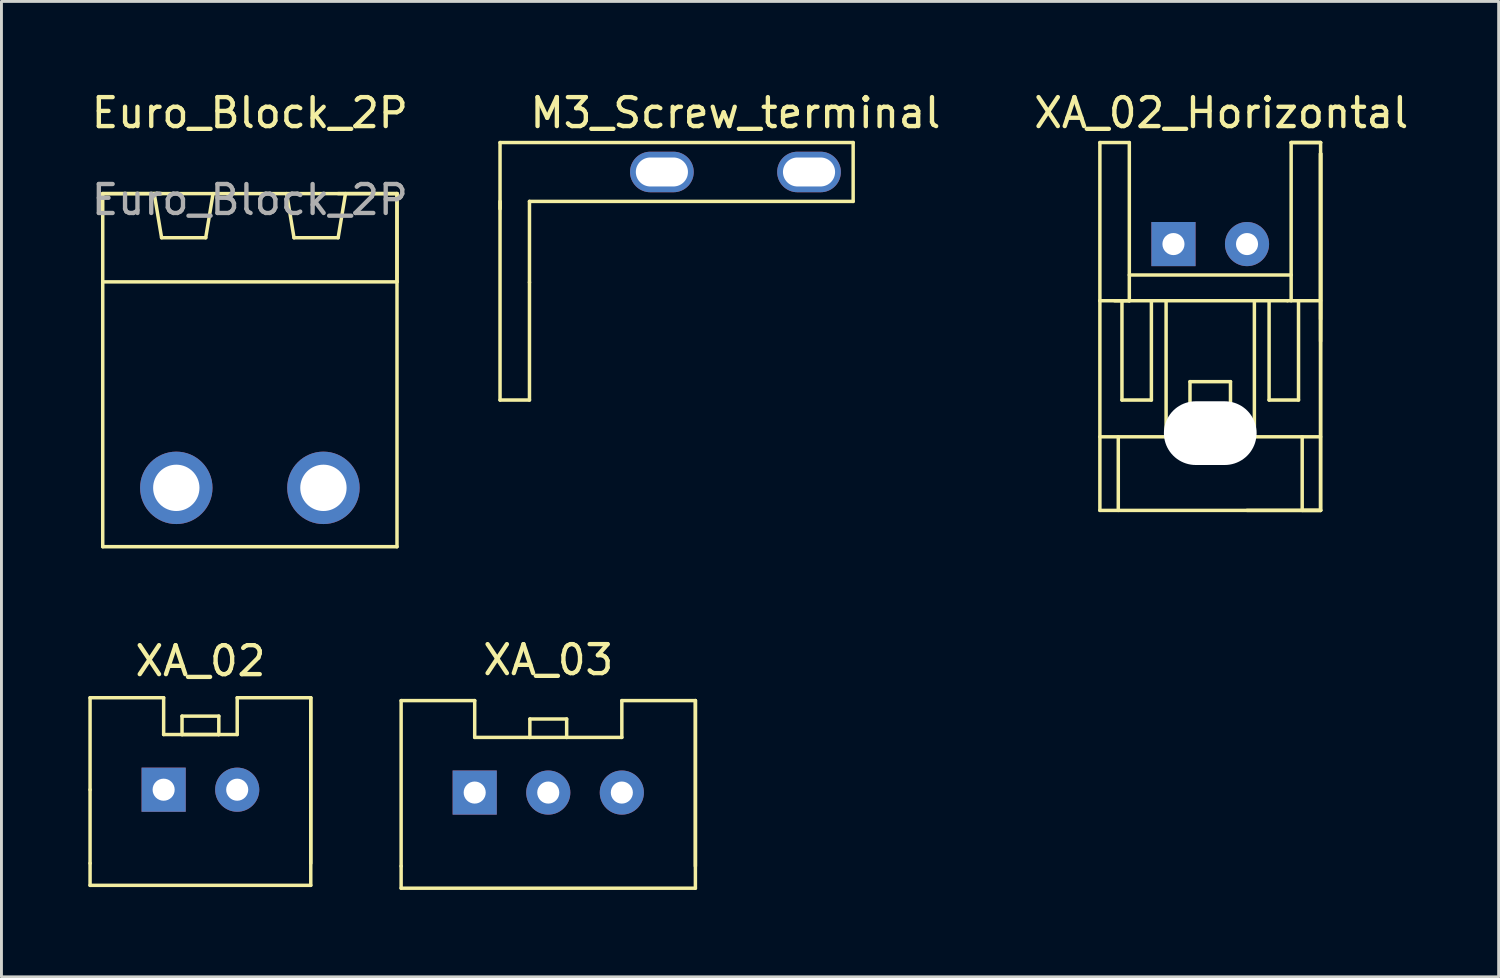
<source format=kicad_pcb>
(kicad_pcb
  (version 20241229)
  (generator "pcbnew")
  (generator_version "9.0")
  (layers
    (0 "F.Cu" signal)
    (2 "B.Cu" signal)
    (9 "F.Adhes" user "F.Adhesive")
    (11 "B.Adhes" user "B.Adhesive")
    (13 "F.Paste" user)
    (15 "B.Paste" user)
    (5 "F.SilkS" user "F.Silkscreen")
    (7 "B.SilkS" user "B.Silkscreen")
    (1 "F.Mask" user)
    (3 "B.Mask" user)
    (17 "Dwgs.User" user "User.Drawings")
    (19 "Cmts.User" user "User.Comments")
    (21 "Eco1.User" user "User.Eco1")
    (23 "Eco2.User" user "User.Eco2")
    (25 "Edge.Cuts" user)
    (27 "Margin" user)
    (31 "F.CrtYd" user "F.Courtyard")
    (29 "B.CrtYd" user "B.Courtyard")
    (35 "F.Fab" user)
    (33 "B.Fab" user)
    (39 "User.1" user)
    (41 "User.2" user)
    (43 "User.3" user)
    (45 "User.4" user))
  (footprint "XA_02_Horizontal"
    (layer "F.Cu")
    (at 38.736 0.348)
    (property "Reference" "XA_02_Horizontal" (at 0.381 0.5 0) (layer "F.SilkS") (effects (font (size 1 1) (thickness 0.15))))
    (attr through_hole)
    (fp_line (start -3.81 1.524) (end -3.81 6.985) (stroke (width 0.12) (type solid)) (layer "F.SilkS"))
    (fp_line (start -3.81 1.524) (end -2.794 1.524) (stroke (width 0.12) (type solid)) (layer "F.SilkS"))
    (fp_line (start -3.81 14.224) (end -3.81 6.985) (stroke (width 0.12) (type solid)) (layer "F.SilkS"))
    (fp_line (start -3.175 14.224) (end -3.175 11.684) (stroke (width 0.12) (type solid)) (layer "F.SilkS"))
    (fp_line (start -3.048 10.414) (end -3.048 6.985) (stroke (width 0.12) (type solid)) (layer "F.SilkS"))
    (fp_line (start -2.794 1.524) (end -2.794 6.985) (stroke (width 0.12) (type solid)) (layer "F.SilkS"))
    (fp_line (start -2.794 6.985) (end -3.81 6.985) (stroke (width 0.12) (type solid)) (layer "F.SilkS"))
    (fp_line (start -2.794 6.985) (end -3.302 6.985) (stroke (width 0.12) (type solid)) (layer "F.SilkS"))
    (fp_line (start -2.032 6.985) (end -2.032 10.414) (stroke (width 0.12) (type solid)) (layer "F.SilkS"))
    (fp_line (start -2.032 10.414) (end -3.048 10.414) (stroke (width 0.12) (type solid)) (layer "F.SilkS"))
    (fp_line (start -1.524 11.684) (end -1.524 6.985) (stroke (width 0.12) (type solid)) (layer "F.SilkS"))
    (fp_line (start -0.699 9.779) (end -0.699 10.922) (stroke (width 0.12) (type solid)) (layer "F.SilkS"))
    (fp_line (start -0.699 10.922) (end 0.699 10.922) (stroke (width 0.12) (type solid)) (layer "F.SilkS"))
    (fp_line (start 0.699 9.779) (end -0.699 9.779) (stroke (width 0.12) (type solid)) (layer "F.SilkS"))
    (fp_line (start 0.699 10.922) (end 0.699 9.779) (stroke (width 0.12) (type solid)) (layer "F.SilkS"))
    (fp_line (start 1.27 14.224) (end 3.81 14.224) (stroke (width 0.12) (type solid)) (layer "F.SilkS"))
    (fp_line (start 1.524 11.684) (end 1.524 6.985) (stroke (width 0.12) (type solid)) (layer "F.SilkS"))
    (fp_line (start 2.032 10.414) (end 2.032 6.985) (stroke (width 0.12) (type solid)) (layer "F.SilkS"))
    (fp_line (start 2.667 6.985) (end -2.794 6.985) (stroke (width 0.12) (type solid)) (layer "F.SilkS"))
    (fp_line (start 2.667 6.985) (end 3.81 6.985) (stroke (width 0.12) (type solid)) (layer "F.SilkS"))
    (fp_line (start 2.794 1.524) (end 2.794 6.985) (stroke (width 0.12) (type solid)) (layer "F.SilkS"))
    (fp_line (start 2.794 6.096) (end -2.794 6.096) (stroke (width 0.12) (type solid)) (layer "F.SilkS"))
    (fp_line (start 3.048 6.985) (end 3.048 10.414) (stroke (width 0.12) (type solid)) (layer "F.SilkS"))
    (fp_line (start 3.048 10.414) (end 2.032 10.414) (stroke (width 0.12) (type solid)) (layer "F.SilkS"))
    (fp_line (start 3.175 14.224) (end 3.175 11.684) (stroke (width 0.12) (type solid)) (layer "F.SilkS"))
    (fp_line (start 3.81 1.524) (end 2.794 1.524) (stroke (width 0.12) (type solid)) (layer "F.SilkS"))
    (fp_line (start 3.81 1.524) (end 2.794 1.524) (stroke (width 0.12) (type solid)) (layer "F.SilkS"))
    (fp_line (start 3.81 1.905) (end 3.81 8.382) (stroke (width 0.12) (type solid)) (layer "F.SilkS"))
    (fp_line (start 3.81 7.62) (end 3.81 1.905) (stroke (width 0.12) (type solid)) (layer "F.SilkS"))
    (fp_line (start 3.81 11.684) (end -3.81 11.684) (stroke (width 0.12) (type solid)) (layer "F.SilkS"))
    (fp_line (start 3.81 14.224) (end -3.81 14.224) (stroke (width 0.12) (type solid)) (layer "F.SilkS"))
    (fp_line (start 3.81 14.224) (end 3.175 14.224) (stroke (width 0.12) (type solid)) (layer "F.SilkS"))
    (fp_line (start 3.81 14.224) (end 3.81 1.524) (stroke (width 0.12) (type solid)) (layer "F.SilkS"))
    (fp_line (start 3.81 14.224) (end 3.81 1.905) (stroke (width 0.12) (type solid)) (layer "F.SilkS"))
    (pad "" np_thru_hole oval (at 0 11.557) (size 3.2 2.2) (drill oval 3.2 2.2) (layers "*.Cu" "*.Mask"))
    (pad "1" thru_hole rect (at -1.27 5.029) (size 1.524 1.524) (drill 0.762) (layers "*.Cu" "*.Mask"))
    (pad "2" thru_hole circle (at 1.27 5.029) (size 1.524 1.524) (drill 0.762) (layers "*.Cu" "*.Mask")))
  (footprint "Euro_Block_2P"
    (layer "F.Cu")
    (at 5.577 1.348)
    (property "Reference" "Euro_Block_2P" (at 0 -0.5 0) (unlocked yes) (layer "F.SilkS") (effects (font (size 1 1) (thickness 0.15))))
    (attr through_hole)
    (fp_line (start -5.08 2.286) (end -5.08 14.478) (stroke (width 0.12) (type solid)) (layer "F.SilkS"))
    (fp_line (start -5.08 2.286) (end -3.048 2.286) (stroke (width 0.12) (type solid)) (layer "F.SilkS"))
    (fp_line (start -5.08 14.478) (end 5.08 14.478) (stroke (width 0.12) (type solid)) (layer "F.SilkS"))
    (fp_line (start -3.302 2.286) (end -3.048 3.81) (stroke (width 0.12) (type solid)) (layer "F.SilkS"))
    (fp_line (start -3.048 3.81) (end -1.524 3.81) (stroke (width 0.12) (type solid)) (layer "F.SilkS"))
    (fp_line (start -1.524 3.81) (end -1.27 2.286) (stroke (width 0.12) (type solid)) (layer "F.SilkS"))
    (fp_line (start 1.524 3.81) (end 1.27 2.286) (stroke (width 0.12) (type solid)) (layer "F.SilkS"))
    (fp_line (start 3.048 3.81) (end 1.524 3.81) (stroke (width 0.12) (type solid)) (layer "F.SilkS"))
    (fp_line (start 3.302 2.286) (end 3.048 3.81) (stroke (width 0.12) (type solid)) (layer "F.SilkS"))
    (fp_line (start 5.08 2.286) (end -5.08 2.286) (stroke (width 0.12) (type solid)) (layer "F.SilkS"))
    (fp_line (start 5.08 2.286) (end 3.048 2.286) (stroke (width 0.12) (type solid)) (layer "F.SilkS"))
    (fp_line (start 5.08 2.286) (end 5.08 5.334) (stroke (width 0.12) (type solid)) (layer "F.SilkS"))
    (fp_line (start 5.08 5.334) (end -5.08 5.334) (stroke (width 0.12) (type solid)) (layer "F.SilkS"))
    (fp_line (start 5.08 14.478) (end 5.08 2.286) (stroke (width 0.12) (type solid)) (layer "F.SilkS"))
    (fp_text user "${REFERENCE}" (at 0 2.5 0) (unlocked yes) (layer "F.Fab") (effects (font (size 1 1) (thickness 0.15))))
    (pad "1" thru_hole circle (at -2.54 12.446) (size 2.5 2.5) (drill 1.6) (layers "*.Cu" "*.Mask"))
    (pad "2" thru_hole circle (at 2.54 12.446) (size 2.5 2.5) (drill 1.6) (layers "*.Cu" "*.Mask")))
  (footprint "XA_02"
    (layer "F.Cu")
    (at 3.87 19.136)
    (property "Reference" "XA_02" (at 0 0.635 0) (layer "F.SilkS") (effects (font (size 1 1) (thickness 0.15))))
    (attr through_hole)
    (fp_line (start -3.81 1.905) (end -1.27 1.905) (stroke (width 0.12) (type solid)) (layer "F.SilkS"))
    (fp_line (start -3.81 5.08) (end -3.81 1.905) (stroke (width 0.12) (type solid)) (layer "F.SilkS"))
    (fp_line (start -3.81 7.62) (end -3.81 5.08) (stroke (width 0.12) (type solid)) (layer "F.SilkS"))
    (fp_line (start -3.81 8.382) (end -3.81 7.62) (stroke (width 0.12) (type solid)) (layer "F.SilkS"))
    (fp_line (start -1.27 1.905) (end -1.27 3.175) (stroke (width 0.12) (type solid)) (layer "F.SilkS"))
    (fp_line (start -1.27 3.175) (end -0.635 3.175) (stroke (width 0.12) (type solid)) (layer "F.SilkS"))
    (fp_line (start -0.635 2.54) (end 0.635 2.54) (stroke (width 0.12) (type solid)) (layer "F.SilkS"))
    (fp_line (start -0.635 3.175) (end -0.635 2.54) (stroke (width 0.12) (type solid)) (layer "F.SilkS"))
    (fp_line (start -0.635 3.175) (end 0.635 3.175) (stroke (width 0.12) (type solid)) (layer "F.SilkS"))
    (fp_line (start -0.635 3.175) (end 0.635 3.175) (stroke (width 0.12) (type solid)) (layer "F.SilkS"))
    (fp_line (start 0.635 2.54) (end 0.635 3.175) (stroke (width 0.12) (type solid)) (layer "F.SilkS"))
    (fp_line (start 0.635 3.175) (end 1.27 3.175) (stroke (width 0.12) (type solid)) (layer "F.SilkS"))
    (fp_line (start 1.27 1.905) (end 3.81 1.905) (stroke (width 0.12) (type solid)) (layer "F.SilkS"))
    (fp_line (start 1.27 3.175) (end 1.27 1.905) (stroke (width 0.12) (type solid)) (layer "F.SilkS"))
    (fp_line (start 3.81 1.905) (end 3.81 7.62) (stroke (width 0.12) (type solid)) (layer "F.SilkS"))
    (fp_line (start 3.81 1.905) (end 3.81 8.382) (stroke (width 0.12) (type solid)) (layer "F.SilkS"))
    (fp_line (start 3.81 8.382) (end -3.81 8.382) (stroke (width 0.12) (type solid)) (layer "F.SilkS"))
    (pad "1" thru_hole rect (at -1.27 5.08) (size 1.524 1.524) (drill 0.762) (layers "*.Cu" "*.Mask"))
    (pad "2" thru_hole circle (at 1.27 5.08) (size 1.524 1.524) (drill 0.762) (layers "*.Cu" "*.Mask")))
  (footprint "XA_03"
    (layer "F.Cu")
    (at 15.88 19.235)
    (property "Reference" "XA_03" (at 0 0.5 0) (layer "F.SilkS") (effects (font (size 1 1) (thickness 0.15))))
    (attr through_hole)
    (fp_line (start -5.08 1.905) (end -2.54 1.905) (stroke (width 0.12) (type solid)) (layer "F.SilkS"))
    (fp_line (start -5.08 7.62) (end -5.08 1.905) (stroke (width 0.12) (type solid)) (layer "F.SilkS"))
    (fp_line (start -5.08 8.382) (end -5.08 7.62) (stroke (width 0.12) (type solid)) (layer "F.SilkS"))
    (fp_line (start -2.54 1.905) (end -2.54 3.175) (stroke (width 0.12) (type solid)) (layer "F.SilkS"))
    (fp_line (start -2.54 3.175) (end -0.635 3.175) (stroke (width 0.12) (type solid)) (layer "F.SilkS"))
    (fp_line (start -0.635 2.54) (end 0.635 2.54) (stroke (width 0.12) (type solid)) (layer "F.SilkS"))
    (fp_line (start -0.635 3.175) (end -0.635 2.54) (stroke (width 0.12) (type solid)) (layer "F.SilkS"))
    (fp_line (start -0.635 3.175) (end 0.635 3.175) (stroke (width 0.12) (type solid)) (layer "F.SilkS"))
    (fp_line (start 0.635 2.54) (end 0.635 3.175) (stroke (width 0.12) (type solid)) (layer "F.SilkS"))
    (fp_line (start 0.635 3.175) (end 2.54 3.175) (stroke (width 0.12) (type solid)) (layer "F.SilkS"))
    (fp_line (start 2.54 1.905) (end 5.08 1.905) (stroke (width 0.12) (type solid)) (layer "F.SilkS"))
    (fp_line (start 2.54 3.175) (end 2.54 1.905) (stroke (width 0.12) (type solid)) (layer "F.SilkS"))
    (fp_line (start 5.08 1.905) (end 5.08 8.382) (stroke (width 0.12) (type solid)) (layer "F.SilkS"))
    (fp_line (start 5.08 7.62) (end 5.08 1.905) (stroke (width 0.12) (type solid)) (layer "F.SilkS"))
    (fp_line (start 5.08 8.382) (end -5.08 8.382) (stroke (width 0.12) (type solid)) (layer "F.SilkS"))
    (pad "1" thru_hole rect (at -2.54 5.08) (size 1.524 1.524) (drill 0.762) (layers "*.Cu" "*.Mask"))
    (pad "2" thru_hole circle (at 0 5.08) (size 1.524 1.524) (drill 0.762) (layers "*.Cu" "*.Mask"))
    (pad "3" thru_hole circle (at 2.54 5.08) (size 1.524 1.524) (drill 0.762) (layers "*.Cu" "*.Mask")))
  (footprint "M3_Screw_terminal"
    (layer "F.Cu")
    (at 22.343 0.348)
    (property "Reference" "M3_Screw_terminal" (at 0 0.5 0) (layer "F.SilkS") (effects (font (size 1 1) (thickness 0.15))))
    (attr through_hole)
    (fp_line (start -8.128 1.524) (end 4.064 1.524) (stroke (width 0.12) (type solid)) (layer "F.SilkS"))
    (fp_line (start -8.128 3.556) (end -8.128 10.414) (stroke (width 0.12) (type solid)) (layer "F.SilkS"))
    (fp_line (start -8.128 3.81) (end -8.128 1.524) (stroke (width 0.12) (type solid)) (layer "F.SilkS"))
    (fp_line (start -8.128 10.414) (end -7.112 10.414) (stroke (width 0.12) (type solid)) (layer "F.SilkS"))
    (fp_line (start -7.112 3.556) (end -7.112 6.35) (stroke (width 0.12) (type solid)) (layer "F.SilkS"))
    (fp_line (start -7.112 3.556) (end 4.064 3.556) (stroke (width 0.12) (type solid)) (layer "F.SilkS"))
    (fp_line (start -7.112 10.414) (end -7.112 6.35) (stroke (width 0.12) (type solid)) (layer "F.SilkS"))
    (fp_line (start 4.064 1.524) (end 4.064 3.556) (stroke (width 0.12) (type solid)) (layer "F.SilkS"))
    (pad "1" thru_hole oval (at -2.54 2.54) (size 2.2 1.4) (drill oval 1.8 1) (layers "*.Cu" "*.Mask"))
    (pad "1" thru_hole oval (at 2.54 2.54) (size 2.2 1.4) (drill oval 1.8 1) (layers "*.Cu" "*.Mask")))
  (gr_rect
    (start -3 -3)
    (end 48.694 30.677)
    (stroke (width 0.1) (type default))
    (fill no)
    (layer "Edge.Cuts")))
</source>
